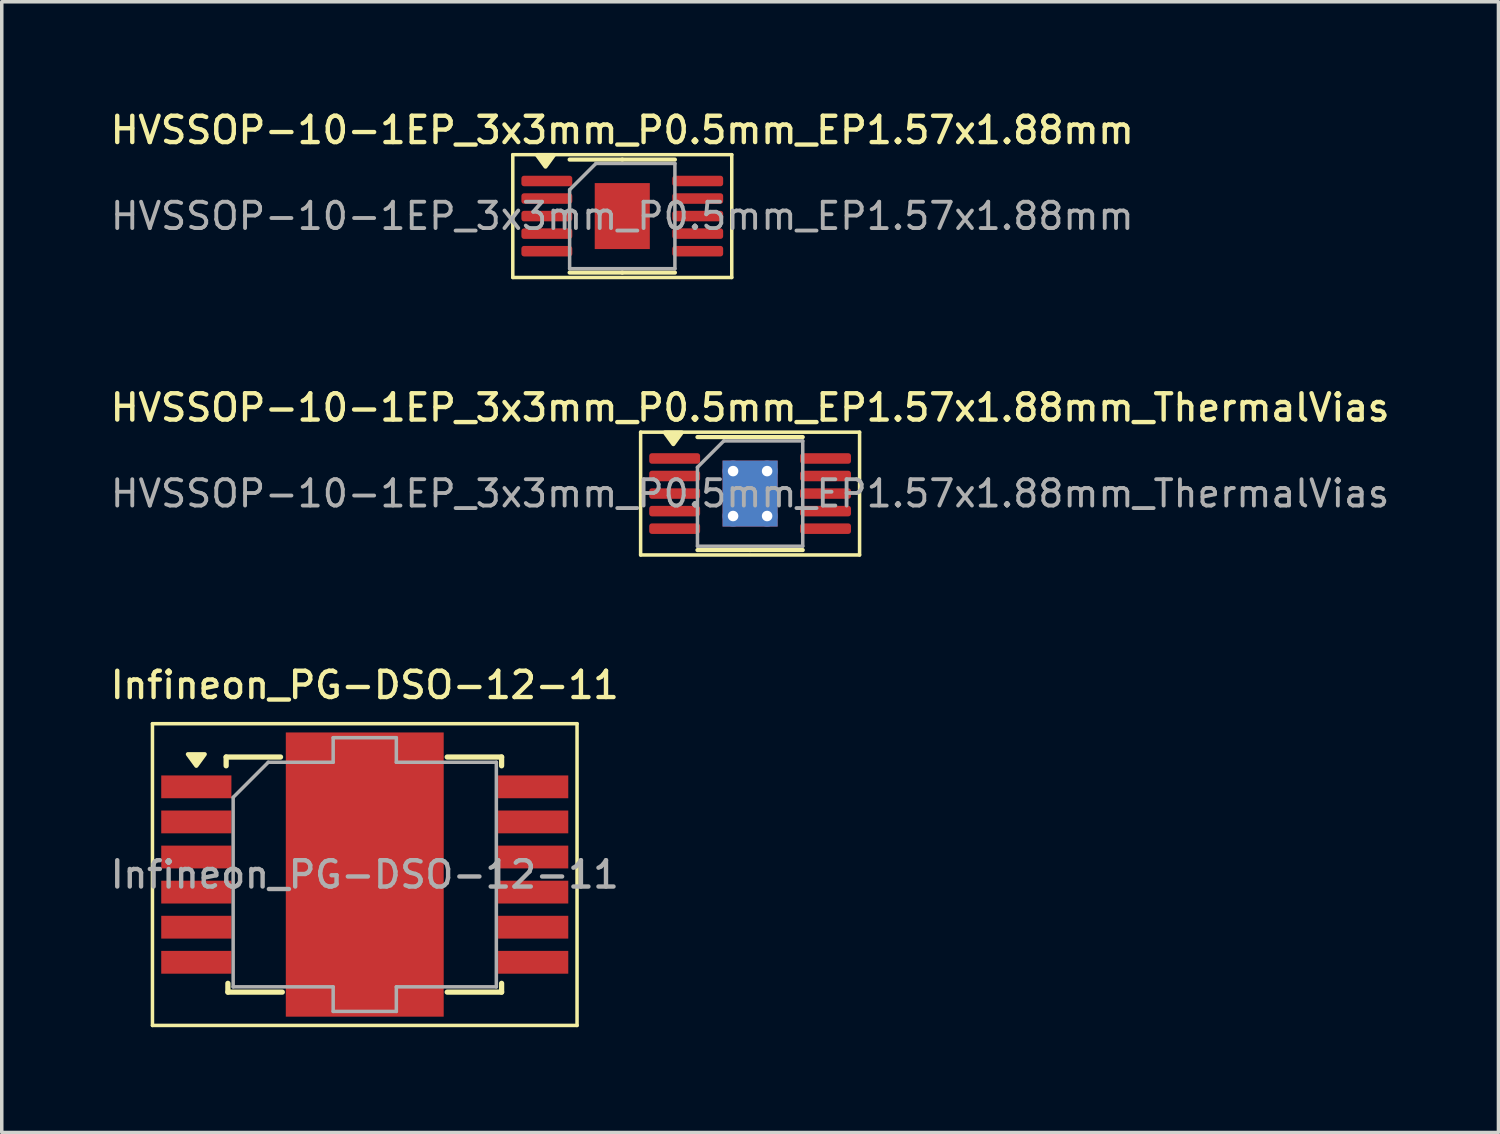
<source format=kicad_pcb>
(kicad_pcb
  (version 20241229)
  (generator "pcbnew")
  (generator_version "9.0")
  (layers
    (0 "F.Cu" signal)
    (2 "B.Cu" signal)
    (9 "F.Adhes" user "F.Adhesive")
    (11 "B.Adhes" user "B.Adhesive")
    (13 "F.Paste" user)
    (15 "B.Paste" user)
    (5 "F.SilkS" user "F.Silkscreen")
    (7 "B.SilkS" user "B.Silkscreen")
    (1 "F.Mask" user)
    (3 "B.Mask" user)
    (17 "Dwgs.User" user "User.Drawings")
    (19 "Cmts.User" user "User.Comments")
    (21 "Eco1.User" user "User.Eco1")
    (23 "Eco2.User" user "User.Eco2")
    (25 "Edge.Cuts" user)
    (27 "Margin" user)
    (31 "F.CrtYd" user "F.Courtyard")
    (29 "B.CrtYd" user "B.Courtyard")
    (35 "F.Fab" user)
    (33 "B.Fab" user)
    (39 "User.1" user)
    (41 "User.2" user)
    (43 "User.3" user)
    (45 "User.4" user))
  (footprint "Infineon_PG-DSO-12-11"
    (layer "F.Cu")
    (at 7.345 21.874)
    (property "Reference" "Infineon_PG-DSO-12-11" (at 0 -5.4 0) (layer "F.SilkS") (effects (font (size 0.75 0.75) (thickness 0.125))))
    (attr smd)
    (fp_line (start -6.05 -4.3) (end 6.05 -4.3) (stroke (width 0.1) (type solid)) (layer "F.SilkS"))
    (fp_line (start -6.05 4.3) (end -6.05 -4.3) (stroke (width 0.1) (type solid)) (layer "F.SilkS"))
    (fp_line (start -3.95 -3.35) (end -2.4 -3.35) (stroke (width 0.15) (type solid)) (layer "F.SilkS"))
    (fp_line (start -3.95 -3.1) (end -3.95 -3.35) (stroke (width 0.15) (type solid)) (layer "F.SilkS"))
    (fp_line (start -3.9 3.1) (end -3.9 3.35) (stroke (width 0.15) (type solid)) (layer "F.SilkS"))
    (fp_line (start -3.9 3.35) (end -2.35 3.35) (stroke (width 0.15) (type solid)) (layer "F.SilkS"))
    (fp_line (start 3.9 -3.35) (end 2.35 -3.35) (stroke (width 0.15) (type solid)) (layer "F.SilkS"))
    (fp_line (start 3.9 -3.1) (end 3.9 -3.35) (stroke (width 0.15) (type solid)) (layer "F.SilkS"))
    (fp_line (start 3.9 3.1) (end 3.9 3.35) (stroke (width 0.15) (type solid)) (layer "F.SilkS"))
    (fp_line (start 3.9 3.35) (end 2.35 3.35) (stroke (width 0.15) (type solid)) (layer "F.SilkS"))
    (fp_line (start 6.05 -4.3) (end 6.05 4.3) (stroke (width 0.1) (type solid)) (layer "F.SilkS"))
    (fp_line (start 6.05 4.3) (end -6.05 4.3) (stroke (width 0.1) (type solid)) (layer "F.SilkS"))
    (fp_poly (pts (xy -4.8 -3.1) (xy -5.04 -3.43) (xy -4.56 -3.43) (xy -4.8 -3.1)) (stroke (width 0.12) (type solid)) (fill yes) (layer "F.SilkS"))
    (fp_line (start -3.75 3.2) (end -3.75 -2.2) (stroke (width 0.1) (type solid)) (layer "F.Fab"))
    (fp_line (start -2.75 -3.2) (end -3.75 -2.2) (stroke (width 0.1) (type solid)) (layer "F.Fab"))
    (fp_line (start -2.75 -3.2) (end -0.9 -3.2) (stroke (width 0.1) (type solid)) (layer "F.Fab"))
    (fp_line (start -0.9 -3.9) (end 0.9 -3.9) (stroke (width 0.1) (type solid)) (layer "F.Fab"))
    (fp_line (start -0.9 -3.2) (end -0.9 -3.9) (stroke (width 0.1) (type solid)) (layer "F.Fab"))
    (fp_line (start -0.9 3.2) (end -3.75 3.2) (stroke (width 0.1) (type solid)) (layer "F.Fab"))
    (fp_line (start -0.9 3.9) (end -0.9 3.2) (stroke (width 0.1) (type solid)) (layer "F.Fab"))
    (fp_line (start 0.9 -3.9) (end 0.9 -3.2) (stroke (width 0.1) (type solid)) (layer "F.Fab"))
    (fp_line (start 0.9 -3.2) (end 3.75 -3.2) (stroke (width 0.1) (type solid)) (layer "F.Fab"))
    (fp_line (start 0.9 3.2) (end 0.9 3.9) (stroke (width 0.1) (type solid)) (layer "F.Fab"))
    (fp_line (start 0.9 3.9) (end -0.9 3.9) (stroke (width 0.1) (type solid)) (layer "F.Fab"))
    (fp_line (start 3.75 -3.2) (end 3.75 3.2) (stroke (width 0.1) (type solid)) (layer "F.Fab"))
    (fp_line (start 3.75 3.2) (end 0.9 3.2) (stroke (width 0.1) (type solid)) (layer "F.Fab"))
    (fp_text user "${REFERENCE}" (at 0 0 0) (layer "F.Fab") (effects (font (size 0.75 0.75) (thickness 0.125))))
    (pad "" smd rect (at -1.125 -2.92) (size 1.95 1.16) (layers "F.Paste"))
    (pad "" smd rect (at -1.125 -1.46) (size 1.95 1.16) (layers "F.Paste"))
    (pad "" smd rect (at -1.125 0) (size 1.95 1.16) (layers "F.Paste"))
    (pad "" smd rect (at -1.125 1.46) (size 1.95 1.16) (layers "F.Paste"))
    (pad "" smd rect (at -1.125 2.92) (size 1.95 1.16) (layers "F.Paste"))
    (pad "" smd rect (at 1.125 -2.92) (size 1.95 1.16) (layers "F.Paste"))
    (pad "" smd rect (at 1.125 -1.46) (size 1.95 1.16) (layers "F.Paste"))
    (pad "" smd rect (at 1.125 0) (size 1.95 1.16) (layers "F.Paste"))
    (pad "" smd rect (at 1.125 1.46) (size 1.95 1.16) (layers "F.Paste"))
    (pad "" smd rect (at 1.125 2.92) (size 1.95 1.16) (layers "F.Paste"))
    (pad "1" smd rect (at -4.8 -2.5) (size 2 0.65) (layers "F.Cu" "F.Mask" "F.Paste"))
    (pad "2" smd rect (at -4.8 -1.5) (size 2 0.65) (layers "F.Cu" "F.Mask" "F.Paste"))
    (pad "3" smd rect (at -4.8 -0.5) (size 2 0.65) (layers "F.Cu" "F.Mask" "F.Paste"))
    (pad "4" smd rect (at -4.8 0.5) (size 2 0.65) (layers "F.Cu" "F.Mask" "F.Paste"))
    (pad "5" smd rect (at -4.8 1.5) (size 2 0.65) (layers "F.Cu" "F.Mask" "F.Paste"))
    (pad "6" smd rect (at -4.8 2.5) (size 2 0.65) (layers "F.Cu" "F.Mask" "F.Paste"))
    (pad "7" smd rect (at 4.8 2.5) (size 2 0.65) (layers "F.Cu" "F.Mask" "F.Paste"))
    (pad "8" smd rect (at 4.8 1.5) (size 2 0.65) (layers "F.Cu" "F.Mask" "F.Paste"))
    (pad "9" smd rect (at 4.8 0.5) (size 2 0.65) (layers "F.Cu" "F.Mask" "F.Paste"))
    (pad "10" smd rect (at 4.8 -0.5) (size 2 0.65) (layers "F.Cu" "F.Mask" "F.Paste"))
    (pad "11" smd rect (at 4.8 -1.5) (size 2 0.65) (layers "F.Cu" "F.Mask" "F.Paste"))
    (pad "12" smd rect (at 4.8 -2.5) (size 2 0.65) (layers "F.Cu" "F.Mask" "F.Paste"))
    (pad "13" smd rect (at 0 0) (size 4.5 8.1) (layers "F.Cu" "F.Mask")))
  (footprint "HVSSOP-10-1EP_3x3mm_P0.5mm_EP1.57x1.88mm"
    (layer "F.Cu")
    (at 14.684 3.108)
    (property "Reference" "HVSSOP-10-1EP_3x3mm_P0.5mm_EP1.57x1.88mm" (at 0 -2.45 0) (layer "F.SilkS") (effects (font (size 0.75 0.75) (thickness 0.125))))
    (attr smd)
    (fp_line (start -3.12 -1.75) (end -3.12 1.75) (stroke (width 0.1) (type solid)) (layer "F.SilkS"))
    (fp_line (start -3.12 1.75) (end 3.12 1.75) (stroke (width 0.1) (type solid)) (layer "F.SilkS"))
    (fp_line (start 0 -1.61) (end -1.5 -1.61) (stroke (width 0.12) (type solid)) (layer "F.SilkS"))
    (fp_line (start 0 -1.61) (end 1.5 -1.61) (stroke (width 0.12) (type solid)) (layer "F.SilkS"))
    (fp_line (start 0 1.61) (end -1.5 1.61) (stroke (width 0.12) (type solid)) (layer "F.SilkS"))
    (fp_line (start 0 1.61) (end 1.5 1.61) (stroke (width 0.12) (type solid)) (layer "F.SilkS"))
    (fp_line (start 3.12 -1.75) (end -3.12 -1.75) (stroke (width 0.1) (type solid)) (layer "F.SilkS"))
    (fp_line (start 3.12 1.75) (end 3.12 -1.75) (stroke (width 0.1) (type solid)) (layer "F.SilkS"))
    (fp_poly (pts (xy -2.188 -1.41) (xy -2.428 -1.74) (xy -1.948 -1.74) (xy -2.188 -1.41)) (stroke (width 0.12) (type solid)) (fill yes) (layer "F.SilkS"))
    (fp_line (start -1.5 -0.75) (end -0.75 -1.5) (stroke (width 0.1) (type solid)) (layer "F.Fab"))
    (fp_line (start -1.5 1.5) (end -1.5 -0.75) (stroke (width 0.1) (type solid)) (layer "F.Fab"))
    (fp_line (start -0.75 -1.5) (end 1.5 -1.5) (stroke (width 0.1) (type solid)) (layer "F.Fab"))
    (fp_line (start 1.5 -1.5) (end 1.5 1.5) (stroke (width 0.1) (type solid)) (layer "F.Fab"))
    (fp_line (start 1.5 1.5) (end -1.5 1.5) (stroke (width 0.1) (type solid)) (layer "F.Fab"))
    (fp_text user "${REFERENCE}" (at 0 0 0) (layer "F.Fab") (effects (font (size 0.75 0.75) (thickness 0.11))))
    (pad "" smd roundrect (at -0.39 -0.47) (size 0.63 0.76) (layers "F.Paste") (roundrect_rratio 0.25))
    (pad "" smd roundrect (at -0.39 0.47) (size 0.63 0.76) (layers "F.Paste") (roundrect_rratio 0.25))
    (pad "" smd roundrect (at 0.39 -0.47) (size 0.63 0.76) (layers "F.Paste") (roundrect_rratio 0.25))
    (pad "" smd roundrect (at 0.39 0.47) (size 0.63 0.76) (layers "F.Paste") (roundrect_rratio 0.25))
    (pad "1" smd roundrect (at -2.15 -1) (size 1.45 0.3) (layers "F.Cu" "F.Mask" "F.Paste") (roundrect_rratio 0.25))
    (pad "2" smd roundrect (at -2.15 -0.5) (size 1.45 0.3) (layers "F.Cu" "F.Mask" "F.Paste") (roundrect_rratio 0.25))
    (pad "3" smd roundrect (at -2.15 0) (size 1.45 0.3) (layers "F.Cu" "F.Mask" "F.Paste") (roundrect_rratio 0.25))
    (pad "4" smd roundrect (at -2.15 0.5) (size 1.45 0.3) (layers "F.Cu" "F.Mask" "F.Paste") (roundrect_rratio 0.25))
    (pad "5" smd roundrect (at -2.15 1) (size 1.45 0.3) (layers "F.Cu" "F.Mask" "F.Paste") (roundrect_rratio 0.25))
    (pad "6" smd roundrect (at 2.15 1) (size 1.45 0.3) (layers "F.Cu" "F.Mask" "F.Paste") (roundrect_rratio 0.25))
    (pad "7" smd roundrect (at 2.15 0.5) (size 1.45 0.3) (layers "F.Cu" "F.Mask" "F.Paste") (roundrect_rratio 0.25))
    (pad "8" smd roundrect (at 2.15 0) (size 1.45 0.3) (layers "F.Cu" "F.Mask" "F.Paste") (roundrect_rratio 0.25))
    (pad "9" smd roundrect (at 2.15 -0.5) (size 1.45 0.3) (layers "F.Cu" "F.Mask" "F.Paste") (roundrect_rratio 0.25))
    (pad "10" smd roundrect (at 2.15 -1) (size 1.45 0.3) (layers "F.Cu" "F.Mask" "F.Paste") (roundrect_rratio 0.25))
    (pad "11" smd rect (at 0 0) (size 1.57 1.88) (property pad_prop_heatsink) (layers "F.Cu" "F.Mask")))
  (footprint "HVSSOP-10-1EP_3x3mm_P0.5mm_EP1.57x1.88mm_ThermalVias"
    (layer "F.Cu")
    (at 18.327 11.016)
    (property "Reference" "HVSSOP-10-1EP_3x3mm_P0.5mm_EP1.57x1.88mm_ThermalVias" (at 0 -2.45 0) (layer "F.SilkS") (effects (font (size 0.75 0.75) (thickness 0.125))))
    (attr smd)
    (fp_line (start -3.12 -1.75) (end -3.12 1.75) (stroke (width 0.1) (type solid)) (layer "F.SilkS"))
    (fp_line (start -3.12 1.75) (end 3.12 1.75) (stroke (width 0.1) (type solid)) (layer "F.SilkS"))
    (fp_line (start 0 -1.61) (end -1.5 -1.61) (stroke (width 0.12) (type solid)) (layer "F.SilkS"))
    (fp_line (start 0 -1.61) (end 1.5 -1.61) (stroke (width 0.12) (type solid)) (layer "F.SilkS"))
    (fp_line (start 0 1.61) (end -1.5 1.61) (stroke (width 0.12) (type solid)) (layer "F.SilkS"))
    (fp_line (start 0 1.61) (end 1.5 1.61) (stroke (width 0.12) (type solid)) (layer "F.SilkS"))
    (fp_line (start 3.12 -1.75) (end -3.12 -1.75) (stroke (width 0.1) (type solid)) (layer "F.SilkS"))
    (fp_line (start 3.12 1.75) (end 3.12 -1.75) (stroke (width 0.1) (type solid)) (layer "F.SilkS"))
    (fp_poly (pts (xy -2.188 -1.41) (xy -2.428 -1.74) (xy -1.948 -1.74) (xy -2.188 -1.41)) (stroke (width 0.12) (type solid)) (fill yes) (layer "F.SilkS"))
    (fp_line (start -1.5 -0.75) (end -0.75 -1.5) (stroke (width 0.1) (type solid)) (layer "F.Fab"))
    (fp_line (start -1.5 1.5) (end -1.5 -0.75) (stroke (width 0.1) (type solid)) (layer "F.Fab"))
    (fp_line (start -0.75 -1.5) (end 1.5 -1.5) (stroke (width 0.1) (type solid)) (layer "F.Fab"))
    (fp_line (start 1.5 -1.5) (end 1.5 1.5) (stroke (width 0.1) (type solid)) (layer "F.Fab"))
    (fp_line (start 1.5 1.5) (end -1.5 1.5) (stroke (width 0.1) (type solid)) (layer "F.Fab"))
    (fp_text user "${REFERENCE}" (at 0 0 0) (layer "F.Fab") (effects (font (size 0.75 0.75) (thickness 0.11))))
    (pad "" smd roundrect (at -0.39 -0.47) (size 0.63 0.76) (layers "F.Paste") (roundrect_rratio 0.25))
    (pad "" smd roundrect (at -0.39 0.47) (size 0.63 0.76) (layers "F.Paste") (roundrect_rratio 0.25))
    (pad "" smd roundrect (at 0.39 -0.47) (size 0.63 0.76) (layers "F.Paste") (roundrect_rratio 0.25))
    (pad "" smd roundrect (at 0.39 0.47) (size 0.63 0.76) (layers "F.Paste") (roundrect_rratio 0.25))
    (pad "1" smd roundrect (at -2.15 -1) (size 1.45 0.3) (layers "F.Cu" "F.Mask" "F.Paste") (roundrect_rratio 0.25))
    (pad "2" smd roundrect (at -2.15 -0.5) (size 1.45 0.3) (layers "F.Cu" "F.Mask" "F.Paste") (roundrect_rratio 0.25))
    (pad "3" smd roundrect (at -2.15 0) (size 1.45 0.3) (layers "F.Cu" "F.Mask" "F.Paste") (roundrect_rratio 0.25))
    (pad "4" smd roundrect (at -2.15 0.5) (size 1.45 0.3) (layers "F.Cu" "F.Mask" "F.Paste") (roundrect_rratio 0.25))
    (pad "5" smd roundrect (at -2.15 1) (size 1.45 0.3) (layers "F.Cu" "F.Mask" "F.Paste") (roundrect_rratio 0.25))
    (pad "6" smd roundrect (at 2.15 1) (size 1.45 0.3) (layers "F.Cu" "F.Mask" "F.Paste") (roundrect_rratio 0.25))
    (pad "7" smd roundrect (at 2.15 0.5) (size 1.45 0.3) (layers "F.Cu" "F.Mask" "F.Paste") (roundrect_rratio 0.25))
    (pad "8" smd roundrect (at 2.15 0) (size 1.45 0.3) (layers "F.Cu" "F.Mask" "F.Paste") (roundrect_rratio 0.25))
    (pad "9" smd roundrect (at 2.15 -0.5) (size 1.45 0.3) (layers "F.Cu" "F.Mask" "F.Paste") (roundrect_rratio 0.25))
    (pad "10" smd roundrect (at 2.15 -1) (size 1.45 0.3) (layers "F.Cu" "F.Mask" "F.Paste") (roundrect_rratio 0.25))
    (pad "11" thru_hole circle (at -0.485 -0.64) (size 0.6 0.6) (drill 0.3) (property pad_prop_heatsink) (layers "*.Cu"))
    (pad "11" thru_hole circle (at -0.485 0.64) (size 0.6 0.6) (drill 0.3) (property pad_prop_heatsink) (layers "*.Cu"))
    (pad "11" smd rect (at 0 0) (size 1.57 1.88) (property pad_prop_heatsink) (layers "F.Cu" "F.Mask"))
    (pad "11" smd rect (at 0 0) (size 1.57 1.88) (property pad_prop_heatsink) (layers "B.Cu"))
    (pad "11" thru_hole circle (at 0.485 -0.64) (size 0.6 0.6) (drill 0.3) (property pad_prop_heatsink) (layers "*.Cu"))
    (pad "11" thru_hole circle (at 0.485 0.64) (size 0.6 0.6) (drill 0.3) (property pad_prop_heatsink) (layers "*.Cu")))
  (gr_rect
    (start -3 -3)
    (end 39.654 29.224)
    (stroke (width 0.1) (type default))
    (fill no)
    (layer "Edge.Cuts")))
</source>
